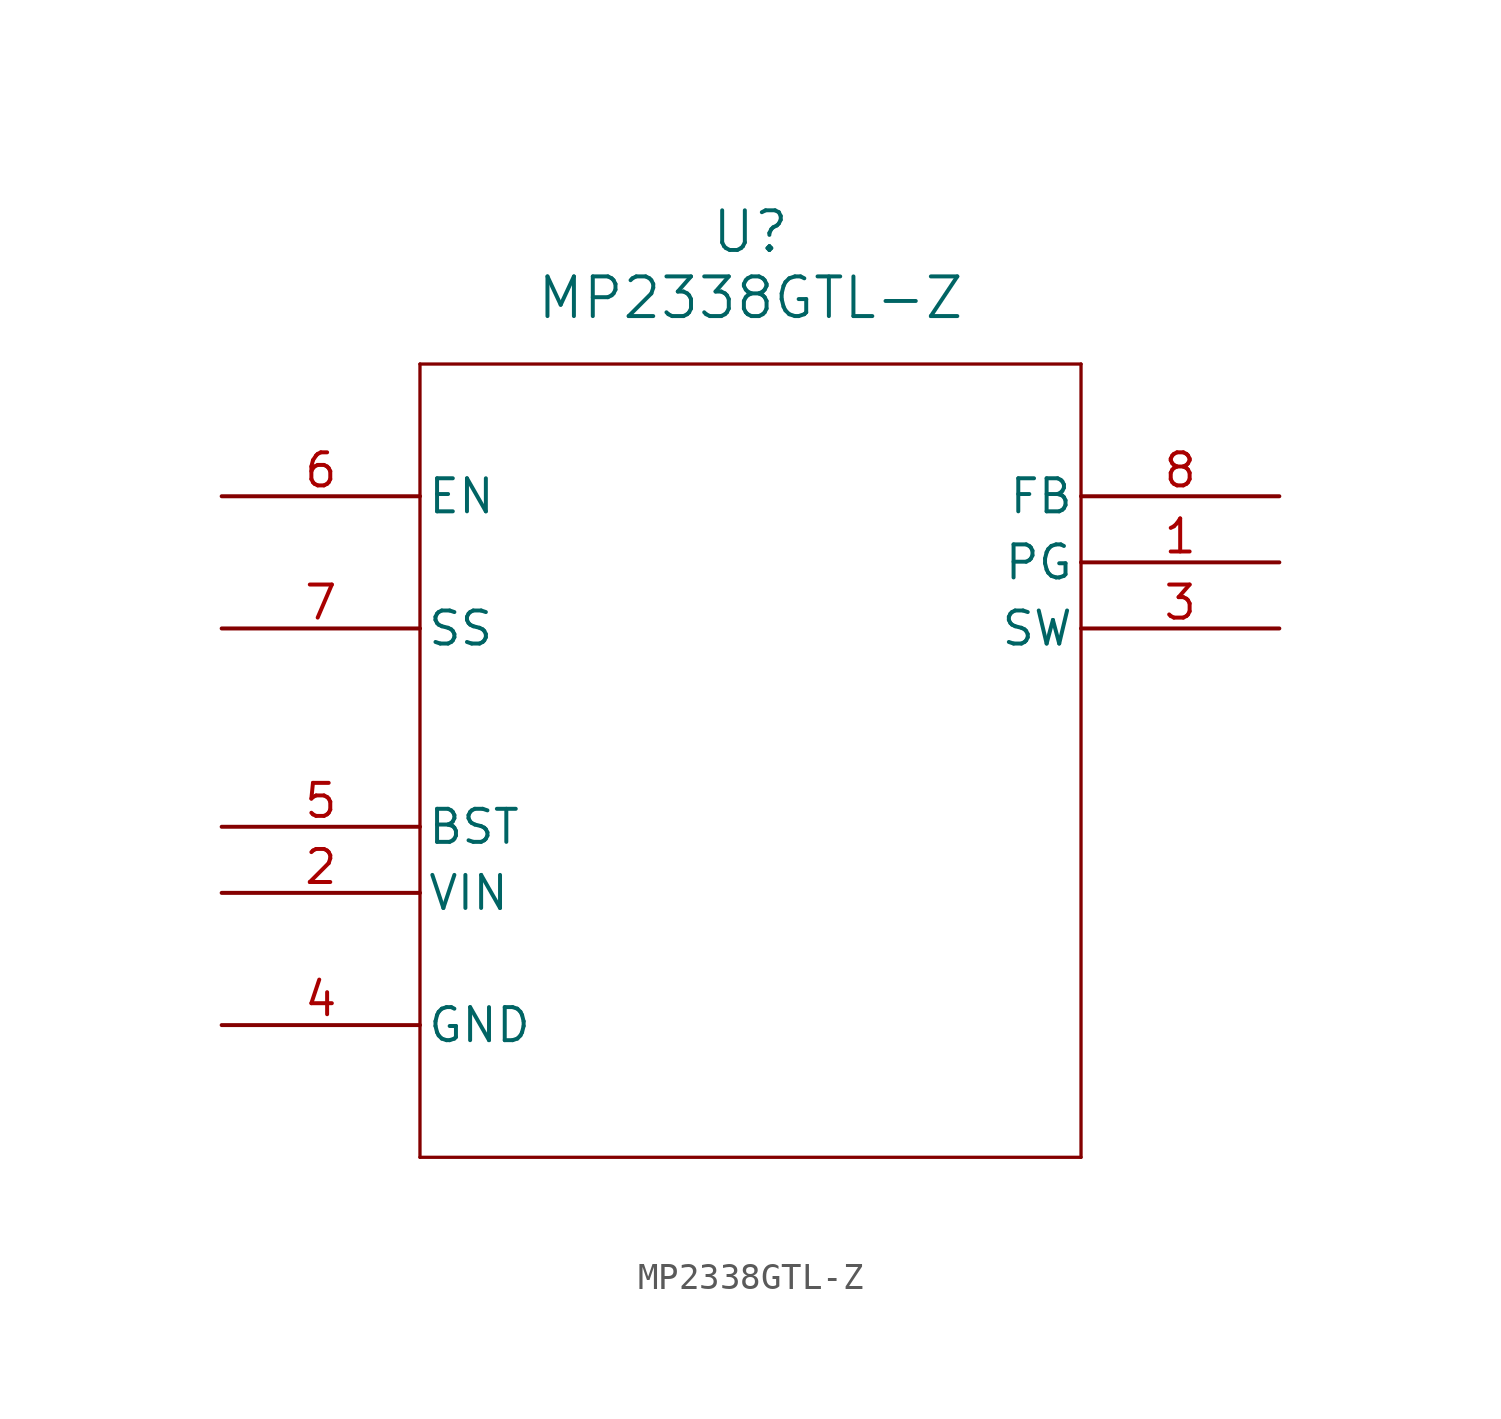
<source format=kicad_sym>
(kicad_symbol_lib
  (version 20211014)
  (generator kicad_symbol_editor)
  (symbol "MP2338GTL-Z"
    (pin_names
      (offset 0.254))
    (property "Reference" "U"
      (at 20.32 10.16 0)
      (effects (font (size 1.524 1.524))))
    (property "Value" "MP2338GTL-Z"
      (at 20.32 7.62 0)
      (effects (font (size 1.524 1.524))))
    (symbol "MP2338GTL-Z_0_1"
      (polyline (pts (xy 7.62 5.08) (xy 7.62 -25.4)) (stroke (width 0.127) (type default) (color 0 0 0 0)) (fill (type none)))
      (polyline (pts (xy 7.62 -25.4) (xy 33.02 -25.4)) (stroke (width 0.127) (type default) (color 0 0 0 0)) (fill (type none)))
      (polyline (pts (xy 33.02 -25.4) (xy 33.02 5.08)) (stroke (width 0.127) (type default) (color 0 0 0 0)) (fill (type none)))
      (polyline (pts (xy 33.02 5.08) (xy 7.62 5.08)) (stroke (width 0.127) (type default) (color 0 0 0 0)) (fill (type none)))
      (pin output line (at 40.64 -2.54 180) (length 7.62) (name "PG" (effects (font (size 1.27 1.27)))) (number "1" (effects (font (size 1.27 1.27)))))
      (pin power_in line (at 0 -15.24 0) (length 7.62) (name "VIN" (effects (font (size 1.27 1.27)))) (number "2" (effects (font (size 1.27 1.27)))))
      (pin output line (at 40.64 -5.08 180) (length 7.62) (name "SW" (effects (font (size 1.27 1.27)))) (number "3" (effects (font (size 1.27 1.27)))))
      (pin power_in line (at 0 -20.32 0) (length 7.62) (name "GND" (effects (font (size 1.27 1.27)))) (number "4" (effects (font (size 1.27 1.27)))))
      (pin power_in line (at 0 -12.7 0) (length 7.62) (name "BST" (effects (font (size 1.27 1.27)))) (number "5" (effects (font (size 1.27 1.27)))))
      (pin input line (at 0 0 0) (length 7.62) (name "EN" (effects (font (size 1.27 1.27)))) (number "6" (effects (font (size 1.27 1.27)))))
      (pin unspecified line (at 0 -5.08 0) (length 7.62) (name "SS" (effects (font (size 1.27 1.27)))) (number "7" (effects (font (size 1.27 1.27)))))
      (pin output line (at 40.64 0 180) (length 7.62) (name "FB" (effects (font (size 1.27 1.27)))) (number "8" (effects (font (size 1.27 1.27))))))))
</source>
